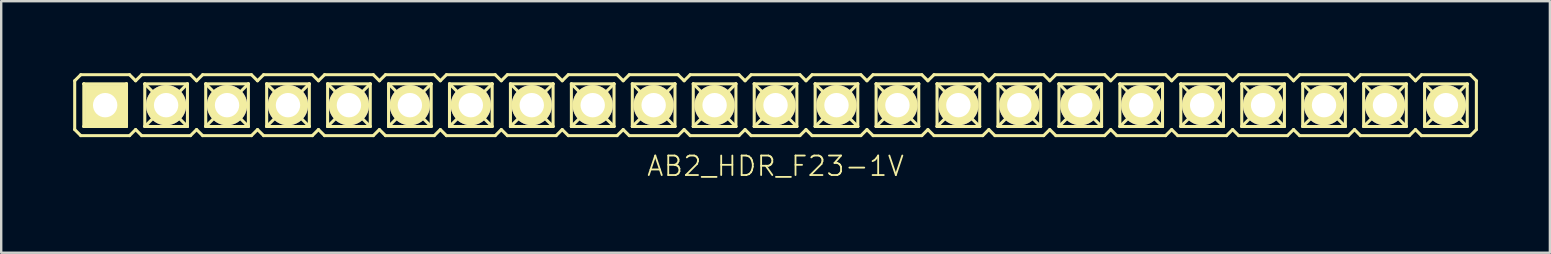
<source format=kicad_pcb>
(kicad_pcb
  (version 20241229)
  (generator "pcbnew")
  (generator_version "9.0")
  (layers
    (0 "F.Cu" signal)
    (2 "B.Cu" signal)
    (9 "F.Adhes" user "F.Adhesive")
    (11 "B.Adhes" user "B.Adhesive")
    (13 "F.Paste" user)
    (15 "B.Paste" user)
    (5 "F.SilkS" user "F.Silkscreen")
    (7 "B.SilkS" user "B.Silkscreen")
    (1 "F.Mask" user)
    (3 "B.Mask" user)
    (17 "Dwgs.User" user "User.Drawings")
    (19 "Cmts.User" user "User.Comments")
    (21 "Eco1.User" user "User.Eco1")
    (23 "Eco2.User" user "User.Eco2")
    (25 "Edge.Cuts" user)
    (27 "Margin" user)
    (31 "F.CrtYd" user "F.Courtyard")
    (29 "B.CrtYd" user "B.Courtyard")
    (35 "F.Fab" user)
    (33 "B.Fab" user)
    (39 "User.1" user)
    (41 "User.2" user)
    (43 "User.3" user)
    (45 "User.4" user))
  (footprint "AB2_HDR_F23-1V"
    (layer "F.Cu")
    (at 29.273 1.333)
    (property "Reference" "AB2_HDR_F23-1V" (at 0 2.54 0) (layer "F.SilkS") (effects (font (size 0.813 0.813) (thickness 0.076))))
    (attr through_hole)
    (fp_line (start -29.21 -1.016) (end -28.956 -1.27) (stroke (width 0.127) (type solid)) (layer "F.SilkS"))
    (fp_line (start -29.21 1.016) (end -29.21 -1.016) (stroke (width 0.127) (type solid)) (layer "F.SilkS"))
    (fp_line (start -28.956 -1.27) (end -26.924 -1.27) (stroke (width 0.127) (type solid)) (layer "F.SilkS"))
    (fp_line (start -28.956 1.27) (end -29.21 1.016) (stroke (width 0.127) (type solid)) (layer "F.SilkS"))
    (fp_line (start -28.829 -0.889) (end -27.051 -0.889) (stroke (width 0.127) (type solid)) (layer "F.SilkS"))
    (fp_line (start -28.829 0.889) (end -28.829 -0.889) (stroke (width 0.127) (type solid)) (layer "F.SilkS"))
    (fp_line (start -28.448 -0.508) (end -28.829 -0.889) (stroke (width 0.127) (type solid)) (layer "F.SilkS"))
    (fp_line (start -28.448 -0.508) (end -27.432 -0.508) (stroke (width 0.127) (type solid)) (layer "F.SilkS"))
    (fp_line (start -28.448 0.508) (end -28.829 0.889) (stroke (width 0.127) (type solid)) (layer "F.SilkS"))
    (fp_line (start -28.448 0.508) (end -28.448 -0.508) (stroke (width 0.127) (type solid)) (layer "F.SilkS"))
    (fp_line (start -27.432 -0.508) (end -27.432 0.508) (stroke (width 0.127) (type solid)) (layer "F.SilkS"))
    (fp_line (start -27.432 -0.508) (end -27.051 -0.889) (stroke (width 0.127) (type solid)) (layer "F.SilkS"))
    (fp_line (start -27.432 0.508) (end -28.448 0.508) (stroke (width 0.127) (type solid)) (layer "F.SilkS"))
    (fp_line (start -27.432 0.508) (end -27.051 0.889) (stroke (width 0.127) (type solid)) (layer "F.SilkS"))
    (fp_line (start -27.051 -0.889) (end -27.051 0.889) (stroke (width 0.127) (type solid)) (layer "F.SilkS"))
    (fp_line (start -27.051 0.889) (end -28.829 0.889) (stroke (width 0.127) (type solid)) (layer "F.SilkS"))
    (fp_line (start -26.924 -1.27) (end -26.67 -1.016) (stroke (width 0.127) (type solid)) (layer "F.SilkS"))
    (fp_line (start -26.924 1.27) (end -28.956 1.27) (stroke (width 0.127) (type solid)) (layer "F.SilkS"))
    (fp_line (start -26.67 -1.016) (end -26.416 -1.27) (stroke (width 0.127) (type solid)) (layer "F.SilkS"))
    (fp_line (start -26.67 1.016) (end -26.924 1.27) (stroke (width 0.127) (type solid)) (layer "F.SilkS"))
    (fp_line (start -26.416 -1.27) (end -24.384 -1.27) (stroke (width 0.127) (type solid)) (layer "F.SilkS"))
    (fp_line (start -26.416 1.27) (end -26.67 1.016) (stroke (width 0.127) (type solid)) (layer "F.SilkS"))
    (fp_line (start -26.289 -0.889) (end -24.511 -0.889) (stroke (width 0.127) (type solid)) (layer "F.SilkS"))
    (fp_line (start -26.289 0.889) (end -26.289 -0.889) (stroke (width 0.127) (type solid)) (layer "F.SilkS"))
    (fp_line (start -25.908 -0.508) (end -26.289 -0.889) (stroke (width 0.127) (type solid)) (layer "F.SilkS"))
    (fp_line (start -25.908 -0.508) (end -24.892 -0.508) (stroke (width 0.127) (type solid)) (layer "F.SilkS"))
    (fp_line (start -25.908 0.508) (end -26.289 0.889) (stroke (width 0.127) (type solid)) (layer "F.SilkS"))
    (fp_line (start -25.908 0.508) (end -25.908 -0.508) (stroke (width 0.127) (type solid)) (layer "F.SilkS"))
    (fp_line (start -24.892 -0.508) (end -24.892 0.508) (stroke (width 0.127) (type solid)) (layer "F.SilkS"))
    (fp_line (start -24.892 -0.508) (end -24.511 -0.889) (stroke (width 0.127) (type solid)) (layer "F.SilkS"))
    (fp_line (start -24.892 0.508) (end -25.908 0.508) (stroke (width 0.127) (type solid)) (layer "F.SilkS"))
    (fp_line (start -24.892 0.508) (end -24.511 0.889) (stroke (width 0.127) (type solid)) (layer "F.SilkS"))
    (fp_line (start -24.511 -0.889) (end -24.511 0.889) (stroke (width 0.127) (type solid)) (layer "F.SilkS"))
    (fp_line (start -24.511 0.889) (end -26.289 0.889) (stroke (width 0.127) (type solid)) (layer "F.SilkS"))
    (fp_line (start -24.384 -1.27) (end -24.13 -1.016) (stroke (width 0.127) (type solid)) (layer "F.SilkS"))
    (fp_line (start -24.384 1.27) (end -26.416 1.27) (stroke (width 0.127) (type solid)) (layer "F.SilkS"))
    (fp_line (start -24.13 -1.016) (end -23.876 -1.27) (stroke (width 0.127) (type solid)) (layer "F.SilkS"))
    (fp_line (start -24.13 1.016) (end -24.384 1.27) (stroke (width 0.127) (type solid)) (layer "F.SilkS"))
    (fp_line (start -23.876 -1.27) (end -21.844 -1.27) (stroke (width 0.127) (type solid)) (layer "F.SilkS"))
    (fp_line (start -23.876 1.27) (end -24.13 1.016) (stroke (width 0.127) (type solid)) (layer "F.SilkS"))
    (fp_line (start -23.749 -0.889) (end -21.971 -0.889) (stroke (width 0.127) (type solid)) (layer "F.SilkS"))
    (fp_line (start -23.749 0.889) (end -23.749 -0.889) (stroke (width 0.127) (type solid)) (layer "F.SilkS"))
    (fp_line (start -23.368 -0.508) (end -23.749 -0.889) (stroke (width 0.127) (type solid)) (layer "F.SilkS"))
    (fp_line (start -23.368 -0.508) (end -22.352 -0.508) (stroke (width 0.127) (type solid)) (layer "F.SilkS"))
    (fp_line (start -23.368 0.508) (end -23.749 0.889) (stroke (width 0.127) (type solid)) (layer "F.SilkS"))
    (fp_line (start -23.368 0.508) (end -23.368 -0.508) (stroke (width 0.127) (type solid)) (layer "F.SilkS"))
    (fp_line (start -22.352 -0.508) (end -22.352 0.508) (stroke (width 0.127) (type solid)) (layer "F.SilkS"))
    (fp_line (start -22.352 -0.508) (end -21.971 -0.889) (stroke (width 0.127) (type solid)) (layer "F.SilkS"))
    (fp_line (start -22.352 0.508) (end -23.368 0.508) (stroke (width 0.127) (type solid)) (layer "F.SilkS"))
    (fp_line (start -22.352 0.508) (end -21.971 0.889) (stroke (width 0.127) (type solid)) (layer "F.SilkS"))
    (fp_line (start -21.971 -0.889) (end -21.971 0.889) (stroke (width 0.127) (type solid)) (layer "F.SilkS"))
    (fp_line (start -21.971 0.889) (end -23.749 0.889) (stroke (width 0.127) (type solid)) (layer "F.SilkS"))
    (fp_line (start -21.844 -1.27) (end -21.59 -1.016) (stroke (width 0.127) (type solid)) (layer "F.SilkS"))
    (fp_line (start -21.844 1.27) (end -23.876 1.27) (stroke (width 0.127) (type solid)) (layer "F.SilkS"))
    (fp_line (start -21.59 -1.016) (end -21.336 -1.27) (stroke (width 0.127) (type solid)) (layer "F.SilkS"))
    (fp_line (start -21.59 1.016) (end -21.844 1.27) (stroke (width 0.127) (type solid)) (layer "F.SilkS"))
    (fp_line (start -21.336 -1.27) (end -19.304 -1.27) (stroke (width 0.127) (type solid)) (layer "F.SilkS"))
    (fp_line (start -21.336 1.27) (end -21.59 1.016) (stroke (width 0.127) (type solid)) (layer "F.SilkS"))
    (fp_line (start -21.209 -0.889) (end -19.431 -0.889) (stroke (width 0.127) (type solid)) (layer "F.SilkS"))
    (fp_line (start -21.209 0.889) (end -21.209 -0.889) (stroke (width 0.127) (type solid)) (layer "F.SilkS"))
    (fp_line (start -20.828 -0.508) (end -21.209 -0.889) (stroke (width 0.127) (type solid)) (layer "F.SilkS"))
    (fp_line (start -20.828 -0.508) (end -19.812 -0.508) (stroke (width 0.127) (type solid)) (layer "F.SilkS"))
    (fp_line (start -20.828 0.508) (end -21.209 0.889) (stroke (width 0.127) (type solid)) (layer "F.SilkS"))
    (fp_line (start -20.828 0.508) (end -20.828 -0.508) (stroke (width 0.127) (type solid)) (layer "F.SilkS"))
    (fp_line (start -19.812 -0.508) (end -19.812 0.508) (stroke (width 0.127) (type solid)) (layer "F.SilkS"))
    (fp_line (start -19.812 -0.508) (end -19.431 -0.889) (stroke (width 0.127) (type solid)) (layer "F.SilkS"))
    (fp_line (start -19.812 0.508) (end -20.828 0.508) (stroke (width 0.127) (type solid)) (layer "F.SilkS"))
    (fp_line (start -19.812 0.508) (end -19.431 0.889) (stroke (width 0.127) (type solid)) (layer "F.SilkS"))
    (fp_line (start -19.431 -0.889) (end -19.431 0.889) (stroke (width 0.127) (type solid)) (layer "F.SilkS"))
    (fp_line (start -19.431 0.889) (end -21.209 0.889) (stroke (width 0.127) (type solid)) (layer "F.SilkS"))
    (fp_line (start -19.304 -1.27) (end -19.05 -1.016) (stroke (width 0.127) (type solid)) (layer "F.SilkS"))
    (fp_line (start -19.304 1.27) (end -21.336 1.27) (stroke (width 0.127) (type solid)) (layer "F.SilkS"))
    (fp_line (start -19.05 -1.016) (end -18.796 -1.27) (stroke (width 0.127) (type solid)) (layer "F.SilkS"))
    (fp_line (start -19.05 1.016) (end -19.304 1.27) (stroke (width 0.127) (type solid)) (layer "F.SilkS"))
    (fp_line (start -18.796 -1.27) (end -16.764 -1.27) (stroke (width 0.127) (type solid)) (layer "F.SilkS"))
    (fp_line (start -18.796 1.27) (end -19.05 1.016) (stroke (width 0.127) (type solid)) (layer "F.SilkS"))
    (fp_line (start -18.669 -0.889) (end -16.891 -0.889) (stroke (width 0.127) (type solid)) (layer "F.SilkS"))
    (fp_line (start -18.669 0.889) (end -18.669 -0.889) (stroke (width 0.127) (type solid)) (layer "F.SilkS"))
    (fp_line (start -18.288 -0.508) (end -18.669 -0.889) (stroke (width 0.127) (type solid)) (layer "F.SilkS"))
    (fp_line (start -18.288 -0.508) (end -17.272 -0.508) (stroke (width 0.127) (type solid)) (layer "F.SilkS"))
    (fp_line (start -18.288 0.508) (end -18.669 0.889) (stroke (width 0.127) (type solid)) (layer "F.SilkS"))
    (fp_line (start -18.288 0.508) (end -18.288 -0.508) (stroke (width 0.127) (type solid)) (layer "F.SilkS"))
    (fp_line (start -17.272 -0.508) (end -17.272 0.508) (stroke (width 0.127) (type solid)) (layer "F.SilkS"))
    (fp_line (start -17.272 -0.508) (end -16.891 -0.889) (stroke (width 0.127) (type solid)) (layer "F.SilkS"))
    (fp_line (start -17.272 0.508) (end -18.288 0.508) (stroke (width 0.127) (type solid)) (layer "F.SilkS"))
    (fp_line (start -17.272 0.508) (end -16.891 0.889) (stroke (width 0.127) (type solid)) (layer "F.SilkS"))
    (fp_line (start -16.891 -0.889) (end -16.891 0.889) (stroke (width 0.127) (type solid)) (layer "F.SilkS"))
    (fp_line (start -16.891 0.889) (end -18.669 0.889) (stroke (width 0.127) (type solid)) (layer "F.SilkS"))
    (fp_line (start -16.764 -1.27) (end -16.51 -1.016) (stroke (width 0.127) (type solid)) (layer "F.SilkS"))
    (fp_line (start -16.764 1.27) (end -18.796 1.27) (stroke (width 0.127) (type solid)) (layer "F.SilkS"))
    (fp_line (start -16.51 -1.016) (end -16.256 -1.27) (stroke (width 0.127) (type solid)) (layer "F.SilkS"))
    (fp_line (start -16.51 1.016) (end -16.764 1.27) (stroke (width 0.127) (type solid)) (layer "F.SilkS"))
    (fp_line (start -16.256 -1.27) (end -14.224 -1.27) (stroke (width 0.127) (type solid)) (layer "F.SilkS"))
    (fp_line (start -16.256 1.27) (end -16.51 1.016) (stroke (width 0.127) (type solid)) (layer "F.SilkS"))
    (fp_line (start -16.129 -0.889) (end -14.351 -0.889) (stroke (width 0.127) (type solid)) (layer "F.SilkS"))
    (fp_line (start -16.129 0.889) (end -16.129 -0.889) (stroke (width 0.127) (type solid)) (layer "F.SilkS"))
    (fp_line (start -15.748 -0.508) (end -16.129 -0.889) (stroke (width 0.127) (type solid)) (layer "F.SilkS"))
    (fp_line (start -15.748 -0.508) (end -14.732 -0.508) (stroke (width 0.127) (type solid)) (layer "F.SilkS"))
    (fp_line (start -15.748 0.508) (end -16.129 0.889) (stroke (width 0.127) (type solid)) (layer "F.SilkS"))
    (fp_line (start -15.748 0.508) (end -15.748 -0.508) (stroke (width 0.127) (type solid)) (layer "F.SilkS"))
    (fp_line (start -14.732 -0.508) (end -14.732 0.508) (stroke (width 0.127) (type solid)) (layer "F.SilkS"))
    (fp_line (start -14.732 -0.508) (end -14.351 -0.889) (stroke (width 0.127) (type solid)) (layer "F.SilkS"))
    (fp_line (start -14.732 0.508) (end -15.748 0.508) (stroke (width 0.127) (type solid)) (layer "F.SilkS"))
    (fp_line (start -14.732 0.508) (end -14.351 0.889) (stroke (width 0.127) (type solid)) (layer "F.SilkS"))
    (fp_line (start -14.351 -0.889) (end -14.351 0.889) (stroke (width 0.127) (type solid)) (layer "F.SilkS"))
    (fp_line (start -14.351 0.889) (end -16.129 0.889) (stroke (width 0.127) (type solid)) (layer "F.SilkS"))
    (fp_line (start -14.224 -1.27) (end -13.97 -1.016) (stroke (width 0.127) (type solid)) (layer "F.SilkS"))
    (fp_line (start -14.224 1.27) (end -16.256 1.27) (stroke (width 0.127) (type solid)) (layer "F.SilkS"))
    (fp_line (start -13.97 -1.016) (end -13.716 -1.27) (stroke (width 0.127) (type solid)) (layer "F.SilkS"))
    (fp_line (start -13.97 1.016) (end -14.224 1.27) (stroke (width 0.127) (type solid)) (layer "F.SilkS"))
    (fp_line (start -13.716 -1.27) (end -11.684 -1.27) (stroke (width 0.127) (type solid)) (layer "F.SilkS"))
    (fp_line (start -13.716 1.27) (end -13.97 1.016) (stroke (width 0.127) (type solid)) (layer "F.SilkS"))
    (fp_line (start -13.589 -0.889) (end -11.811 -0.889) (stroke (width 0.127) (type solid)) (layer "F.SilkS"))
    (fp_line (start -13.589 0.889) (end -13.589 -0.889) (stroke (width 0.127) (type solid)) (layer "F.SilkS"))
    (fp_line (start -13.208 -0.508) (end -13.589 -0.889) (stroke (width 0.127) (type solid)) (layer "F.SilkS"))
    (fp_line (start -13.208 -0.508) (end -12.192 -0.508) (stroke (width 0.127) (type solid)) (layer "F.SilkS"))
    (fp_line (start -13.208 0.508) (end -13.589 0.889) (stroke (width 0.127) (type solid)) (layer "F.SilkS"))
    (fp_line (start -13.208 0.508) (end -13.208 -0.508) (stroke (width 0.127) (type solid)) (layer "F.SilkS"))
    (fp_line (start -12.192 -0.508) (end -12.192 0.508) (stroke (width 0.127) (type solid)) (layer "F.SilkS"))
    (fp_line (start -12.192 -0.508) (end -11.811 -0.889) (stroke (width 0.127) (type solid)) (layer "F.SilkS"))
    (fp_line (start -12.192 0.508) (end -13.208 0.508) (stroke (width 0.127) (type solid)) (layer "F.SilkS"))
    (fp_line (start -12.192 0.508) (end -11.811 0.889) (stroke (width 0.127) (type solid)) (layer "F.SilkS"))
    (fp_line (start -11.811 -0.889) (end -11.811 0.889) (stroke (width 0.127) (type solid)) (layer "F.SilkS"))
    (fp_line (start -11.811 0.889) (end -13.589 0.889) (stroke (width 0.127) (type solid)) (layer "F.SilkS"))
    (fp_line (start -11.684 -1.27) (end -11.43 -1.016) (stroke (width 0.127) (type solid)) (layer "F.SilkS"))
    (fp_line (start -11.684 1.27) (end -13.716 1.27) (stroke (width 0.127) (type solid)) (layer "F.SilkS"))
    (fp_line (start -11.43 -1.016) (end -11.176 -1.27) (stroke (width 0.127) (type solid)) (layer "F.SilkS"))
    (fp_line (start -11.43 1.016) (end -11.684 1.27) (stroke (width 0.127) (type solid)) (layer "F.SilkS"))
    (fp_line (start -11.176 -1.27) (end -9.144 -1.27) (stroke (width 0.127) (type solid)) (layer "F.SilkS"))
    (fp_line (start -11.176 1.27) (end -11.43 1.016) (stroke (width 0.127) (type solid)) (layer "F.SilkS"))
    (fp_line (start -11.049 -0.889) (end -9.271 -0.889) (stroke (width 0.127) (type solid)) (layer "F.SilkS"))
    (fp_line (start -11.049 0.889) (end -11.049 -0.889) (stroke (width 0.127) (type solid)) (layer "F.SilkS"))
    (fp_line (start -10.668 -0.508) (end -11.049 -0.889) (stroke (width 0.127) (type solid)) (layer "F.SilkS"))
    (fp_line (start -10.668 -0.508) (end -9.652 -0.508) (stroke (width 0.127) (type solid)) (layer "F.SilkS"))
    (fp_line (start -10.668 0.508) (end -11.049 0.889) (stroke (width 0.127) (type solid)) (layer "F.SilkS"))
    (fp_line (start -10.668 0.508) (end -10.668 -0.508) (stroke (width 0.127) (type solid)) (layer "F.SilkS"))
    (fp_line (start -9.652 -0.508) (end -9.652 0.508) (stroke (width 0.127) (type solid)) (layer "F.SilkS"))
    (fp_line (start -9.652 -0.508) (end -9.271 -0.889) (stroke (width 0.127) (type solid)) (layer "F.SilkS"))
    (fp_line (start -9.652 0.508) (end -10.668 0.508) (stroke (width 0.127) (type solid)) (layer "F.SilkS"))
    (fp_line (start -9.652 0.508) (end -9.271 0.889) (stroke (width 0.127) (type solid)) (layer "F.SilkS"))
    (fp_line (start -9.271 -0.889) (end -9.271 0.889) (stroke (width 0.127) (type solid)) (layer "F.SilkS"))
    (fp_line (start -9.271 0.889) (end -11.049 0.889) (stroke (width 0.127) (type solid)) (layer "F.SilkS"))
    (fp_line (start -9.144 -1.27) (end -8.89 -1.016) (stroke (width 0.127) (type solid)) (layer "F.SilkS"))
    (fp_line (start -9.144 1.27) (end -11.176 1.27) (stroke (width 0.127) (type solid)) (layer "F.SilkS"))
    (fp_line (start -8.89 -1.016) (end -8.636 -1.27) (stroke (width 0.127) (type solid)) (layer "F.SilkS"))
    (fp_line (start -8.89 1.016) (end -9.144 1.27) (stroke (width 0.127) (type solid)) (layer "F.SilkS"))
    (fp_line (start -8.636 -1.27) (end -6.604 -1.27) (stroke (width 0.127) (type solid)) (layer "F.SilkS"))
    (fp_line (start -8.636 1.27) (end -8.89 1.016) (stroke (width 0.127) (type solid)) (layer "F.SilkS"))
    (fp_line (start -8.509 -0.889) (end -6.731 -0.889) (stroke (width 0.127) (type solid)) (layer "F.SilkS"))
    (fp_line (start -8.509 0.889) (end -8.509 -0.889) (stroke (width 0.127) (type solid)) (layer "F.SilkS"))
    (fp_line (start -8.128 -0.508) (end -8.509 -0.889) (stroke (width 0.127) (type solid)) (layer "F.SilkS"))
    (fp_line (start -8.128 -0.508) (end -7.112 -0.508) (stroke (width 0.127) (type solid)) (layer "F.SilkS"))
    (fp_line (start -8.128 0.508) (end -8.509 0.889) (stroke (width 0.127) (type solid)) (layer "F.SilkS"))
    (fp_line (start -8.128 0.508) (end -8.128 -0.508) (stroke (width 0.127) (type solid)) (layer "F.SilkS"))
    (fp_line (start -7.112 -0.508) (end -7.112 0.508) (stroke (width 0.127) (type solid)) (layer "F.SilkS"))
    (fp_line (start -7.112 -0.508) (end -6.731 -0.889) (stroke (width 0.127) (type solid)) (layer "F.SilkS"))
    (fp_line (start -7.112 0.508) (end -8.128 0.508) (stroke (width 0.127) (type solid)) (layer "F.SilkS"))
    (fp_line (start -7.112 0.508) (end -6.731 0.889) (stroke (width 0.127) (type solid)) (layer "F.SilkS"))
    (fp_line (start -6.731 -0.889) (end -6.731 0.889) (stroke (width 0.127) (type solid)) (layer "F.SilkS"))
    (fp_line (start -6.731 0.889) (end -8.509 0.889) (stroke (width 0.127) (type solid)) (layer "F.SilkS"))
    (fp_line (start -6.604 -1.27) (end -6.35 -1.016) (stroke (width 0.127) (type solid)) (layer "F.SilkS"))
    (fp_line (start -6.604 1.27) (end -8.636 1.27) (stroke (width 0.127) (type solid)) (layer "F.SilkS"))
    (fp_line (start -6.35 -1.016) (end -6.096 -1.27) (stroke (width 0.127) (type solid)) (layer "F.SilkS"))
    (fp_line (start -6.35 1.016) (end -6.604 1.27) (stroke (width 0.127) (type solid)) (layer "F.SilkS"))
    (fp_line (start -6.096 -1.27) (end -4.064 -1.27) (stroke (width 0.127) (type solid)) (layer "F.SilkS"))
    (fp_line (start -6.096 1.27) (end -6.35 1.016) (stroke (width 0.127) (type solid)) (layer "F.SilkS"))
    (fp_line (start -5.969 -0.889) (end -4.191 -0.889) (stroke (width 0.127) (type solid)) (layer "F.SilkS"))
    (fp_line (start -5.969 0.889) (end -5.969 -0.889) (stroke (width 0.127) (type solid)) (layer "F.SilkS"))
    (fp_line (start -5.588 -0.508) (end -5.969 -0.889) (stroke (width 0.127) (type solid)) (layer "F.SilkS"))
    (fp_line (start -5.588 -0.508) (end -4.572 -0.508) (stroke (width 0.127) (type solid)) (layer "F.SilkS"))
    (fp_line (start -5.588 0.508) (end -5.969 0.889) (stroke (width 0.127) (type solid)) (layer "F.SilkS"))
    (fp_line (start -5.588 0.508) (end -5.588 -0.508) (stroke (width 0.127) (type solid)) (layer "F.SilkS"))
    (fp_line (start -4.572 -0.508) (end -4.572 0.508) (stroke (width 0.127) (type solid)) (layer "F.SilkS"))
    (fp_line (start -4.572 -0.508) (end -4.191 -0.889) (stroke (width 0.127) (type solid)) (layer "F.SilkS"))
    (fp_line (start -4.572 0.508) (end -5.588 0.508) (stroke (width 0.127) (type solid)) (layer "F.SilkS"))
    (fp_line (start -4.572 0.508) (end -4.191 0.889) (stroke (width 0.127) (type solid)) (layer "F.SilkS"))
    (fp_line (start -4.191 -0.889) (end -4.191 0.889) (stroke (width 0.127) (type solid)) (layer "F.SilkS"))
    (fp_line (start -4.191 0.889) (end -5.969 0.889) (stroke (width 0.127) (type solid)) (layer "F.SilkS"))
    (fp_line (start -4.064 -1.27) (end -3.81 -1.016) (stroke (width 0.127) (type solid)) (layer "F.SilkS"))
    (fp_line (start -4.064 1.27) (end -6.096 1.27) (stroke (width 0.127) (type solid)) (layer "F.SilkS"))
    (fp_line (start -3.81 -1.016) (end -3.556 -1.27) (stroke (width 0.127) (type solid)) (layer "F.SilkS"))
    (fp_line (start -3.81 1.016) (end -4.064 1.27) (stroke (width 0.127) (type solid)) (layer "F.SilkS"))
    (fp_line (start -3.556 -1.27) (end -1.524 -1.27) (stroke (width 0.127) (type solid)) (layer "F.SilkS"))
    (fp_line (start -3.556 1.27) (end -3.81 1.016) (stroke (width 0.127) (type solid)) (layer "F.SilkS"))
    (fp_line (start -3.429 -0.889) (end -1.651 -0.889) (stroke (width 0.127) (type solid)) (layer "F.SilkS"))
    (fp_line (start -3.429 0.889) (end -3.429 -0.889) (stroke (width 0.127) (type solid)) (layer "F.SilkS"))
    (fp_line (start -3.048 -0.508) (end -3.429 -0.889) (stroke (width 0.127) (type solid)) (layer "F.SilkS"))
    (fp_line (start -3.048 -0.508) (end -2.032 -0.508) (stroke (width 0.127) (type solid)) (layer "F.SilkS"))
    (fp_line (start -3.048 0.508) (end -3.429 0.889) (stroke (width 0.127) (type solid)) (layer "F.SilkS"))
    (fp_line (start -3.048 0.508) (end -3.048 -0.508) (stroke (width 0.127) (type solid)) (layer "F.SilkS"))
    (fp_line (start -2.032 -0.508) (end -2.032 0.508) (stroke (width 0.127) (type solid)) (layer "F.SilkS"))
    (fp_line (start -2.032 -0.508) (end -1.651 -0.889) (stroke (width 0.127) (type solid)) (layer "F.SilkS"))
    (fp_line (start -2.032 0.508) (end -3.048 0.508) (stroke (width 0.127) (type solid)) (layer "F.SilkS"))
    (fp_line (start -2.032 0.508) (end -1.651 0.889) (stroke (width 0.127) (type solid)) (layer "F.SilkS"))
    (fp_line (start -1.651 -0.889) (end -1.651 0.889) (stroke (width 0.127) (type solid)) (layer "F.SilkS"))
    (fp_line (start -1.651 0.889) (end -3.429 0.889) (stroke (width 0.127) (type solid)) (layer "F.SilkS"))
    (fp_line (start -1.524 -1.27) (end -1.27 -1.016) (stroke (width 0.127) (type solid)) (layer "F.SilkS"))
    (fp_line (start -1.524 1.27) (end -3.556 1.27) (stroke (width 0.127) (type solid)) (layer "F.SilkS"))
    (fp_line (start -1.27 -1.016) (end -1.016 -1.27) (stroke (width 0.127) (type solid)) (layer "F.SilkS"))
    (fp_line (start -1.27 1.016) (end -1.524 1.27) (stroke (width 0.127) (type solid)) (layer "F.SilkS"))
    (fp_line (start -1.016 -1.27) (end 1.016 -1.27) (stroke (width 0.127) (type solid)) (layer "F.SilkS"))
    (fp_line (start -1.016 1.27) (end -1.27 1.016) (stroke (width 0.127) (type solid)) (layer "F.SilkS"))
    (fp_line (start -0.889 -0.889) (end 0.889 -0.889) (stroke (width 0.127) (type solid)) (layer "F.SilkS"))
    (fp_line (start -0.889 0.889) (end -0.889 -0.889) (stroke (width 0.127) (type solid)) (layer "F.SilkS"))
    (fp_line (start -0.508 -0.508) (end -0.889 -0.889) (stroke (width 0.127) (type solid)) (layer "F.SilkS"))
    (fp_line (start -0.508 -0.508) (end 0.508 -0.508) (stroke (width 0.127) (type solid)) (layer "F.SilkS"))
    (fp_line (start -0.508 0.508) (end -0.889 0.889) (stroke (width 0.127) (type solid)) (layer "F.SilkS"))
    (fp_line (start -0.508 0.508) (end -0.508 -0.508) (stroke (width 0.127) (type solid)) (layer "F.SilkS"))
    (fp_line (start 0.508 -0.508) (end 0.508 0.508) (stroke (width 0.127) (type solid)) (layer "F.SilkS"))
    (fp_line (start 0.508 -0.508) (end 0.889 -0.889) (stroke (width 0.127) (type solid)) (layer "F.SilkS"))
    (fp_line (start 0.508 0.508) (end -0.508 0.508) (stroke (width 0.127) (type solid)) (layer "F.SilkS"))
    (fp_line (start 0.508 0.508) (end 0.889 0.889) (stroke (width 0.127) (type solid)) (layer "F.SilkS"))
    (fp_line (start 0.889 -0.889) (end 0.889 0.889) (stroke (width 0.127) (type solid)) (layer "F.SilkS"))
    (fp_line (start 0.889 0.889) (end -0.889 0.889) (stroke (width 0.127) (type solid)) (layer "F.SilkS"))
    (fp_line (start 1.016 -1.27) (end 1.27 -1.016) (stroke (width 0.127) (type solid)) (layer "F.SilkS"))
    (fp_line (start 1.016 1.27) (end -1.016 1.27) (stroke (width 0.127) (type solid)) (layer "F.SilkS"))
    (fp_line (start 1.27 -1.016) (end 1.524 -1.27) (stroke (width 0.127) (type solid)) (layer "F.SilkS"))
    (fp_line (start 1.27 1.016) (end 1.016 1.27) (stroke (width 0.127) (type solid)) (layer "F.SilkS"))
    (fp_line (start 1.524 -1.27) (end 3.556 -1.27) (stroke (width 0.127) (type solid)) (layer "F.SilkS"))
    (fp_line (start 1.524 1.27) (end 1.27 1.016) (stroke (width 0.127) (type solid)) (layer "F.SilkS"))
    (fp_line (start 1.651 -0.889) (end 3.429 -0.889) (stroke (width 0.127) (type solid)) (layer "F.SilkS"))
    (fp_line (start 1.651 0.889) (end 1.651 -0.889) (stroke (width 0.127) (type solid)) (layer "F.SilkS"))
    (fp_line (start 2.032 -0.508) (end 1.651 -0.889) (stroke (width 0.127) (type solid)) (layer "F.SilkS"))
    (fp_line (start 2.032 -0.508) (end 3.048 -0.508) (stroke (width 0.127) (type solid)) (layer "F.SilkS"))
    (fp_line (start 2.032 0.508) (end 1.651 0.889) (stroke (width 0.127) (type solid)) (layer "F.SilkS"))
    (fp_line (start 2.032 0.508) (end 2.032 -0.508) (stroke (width 0.127) (type solid)) (layer "F.SilkS"))
    (fp_line (start 3.048 -0.508) (end 3.048 0.508) (stroke (width 0.127) (type solid)) (layer "F.SilkS"))
    (fp_line (start 3.048 -0.508) (end 3.429 -0.889) (stroke (width 0.127) (type solid)) (layer "F.SilkS"))
    (fp_line (start 3.048 0.508) (end 2.032 0.508) (stroke (width 0.127) (type solid)) (layer "F.SilkS"))
    (fp_line (start 3.048 0.508) (end 3.429 0.889) (stroke (width 0.127) (type solid)) (layer "F.SilkS"))
    (fp_line (start 3.429 -0.889) (end 3.429 0.889) (stroke (width 0.127) (type solid)) (layer "F.SilkS"))
    (fp_line (start 3.429 0.889) (end 1.651 0.889) (stroke (width 0.127) (type solid)) (layer "F.SilkS"))
    (fp_line (start 3.556 -1.27) (end 3.81 -1.016) (stroke (width 0.127) (type solid)) (layer "F.SilkS"))
    (fp_line (start 3.556 1.27) (end 1.524 1.27) (stroke (width 0.127) (type solid)) (layer "F.SilkS"))
    (fp_line (start 3.81 -1.016) (end 4.064 -1.27) (stroke (width 0.127) (type solid)) (layer "F.SilkS"))
    (fp_line (start 3.81 1.016) (end 3.556 1.27) (stroke (width 0.127) (type solid)) (layer "F.SilkS"))
    (fp_line (start 4.064 -1.27) (end 6.096 -1.27) (stroke (width 0.127) (type solid)) (layer "F.SilkS"))
    (fp_line (start 4.064 1.27) (end 3.81 1.016) (stroke (width 0.127) (type solid)) (layer "F.SilkS"))
    (fp_line (start 4.191 -0.889) (end 5.969 -0.889) (stroke (width 0.127) (type solid)) (layer "F.SilkS"))
    (fp_line (start 4.191 0.889) (end 4.191 -0.889) (stroke (width 0.127) (type solid)) (layer "F.SilkS"))
    (fp_line (start 4.572 -0.508) (end 4.191 -0.889) (stroke (width 0.127) (type solid)) (layer "F.SilkS"))
    (fp_line (start 4.572 -0.508) (end 5.588 -0.508) (stroke (width 0.127) (type solid)) (layer "F.SilkS"))
    (fp_line (start 4.572 0.508) (end 4.191 0.889) (stroke (width 0.127) (type solid)) (layer "F.SilkS"))
    (fp_line (start 4.572 0.508) (end 4.572 -0.508) (stroke (width 0.127) (type solid)) (layer "F.SilkS"))
    (fp_line (start 5.588 -0.508) (end 5.588 0.508) (stroke (width 0.127) (type solid)) (layer "F.SilkS"))
    (fp_line (start 5.588 -0.508) (end 5.969 -0.889) (stroke (width 0.127) (type solid)) (layer "F.SilkS"))
    (fp_line (start 5.588 0.508) (end 4.572 0.508) (stroke (width 0.127) (type solid)) (layer "F.SilkS"))
    (fp_line (start 5.588 0.508) (end 5.969 0.889) (stroke (width 0.127) (type solid)) (layer "F.SilkS"))
    (fp_line (start 5.969 -0.889) (end 5.969 0.889) (stroke (width 0.127) (type solid)) (layer "F.SilkS"))
    (fp_line (start 5.969 0.889) (end 4.191 0.889) (stroke (width 0.127) (type solid)) (layer "F.SilkS"))
    (fp_line (start 6.096 -1.27) (end 6.35 -1.016) (stroke (width 0.127) (type solid)) (layer "F.SilkS"))
    (fp_line (start 6.096 1.27) (end 4.064 1.27) (stroke (width 0.127) (type solid)) (layer "F.SilkS"))
    (fp_line (start 6.35 -1.016) (end 6.604 -1.27) (stroke (width 0.127) (type solid)) (layer "F.SilkS"))
    (fp_line (start 6.35 1.016) (end 6.096 1.27) (stroke (width 0.127) (type solid)) (layer "F.SilkS"))
    (fp_line (start 6.604 -1.27) (end 8.636 -1.27) (stroke (width 0.127) (type solid)) (layer "F.SilkS"))
    (fp_line (start 6.604 1.27) (end 6.35 1.016) (stroke (width 0.127) (type solid)) (layer "F.SilkS"))
    (fp_line (start 6.731 -0.889) (end 8.509 -0.889) (stroke (width 0.127) (type solid)) (layer "F.SilkS"))
    (fp_line (start 6.731 0.889) (end 6.731 -0.889) (stroke (width 0.127) (type solid)) (layer "F.SilkS"))
    (fp_line (start 7.112 -0.508) (end 6.731 -0.889) (stroke (width 0.127) (type solid)) (layer "F.SilkS"))
    (fp_line (start 7.112 -0.508) (end 8.128 -0.508) (stroke (width 0.127) (type solid)) (layer "F.SilkS"))
    (fp_line (start 7.112 0.508) (end 6.731 0.889) (stroke (width 0.127) (type solid)) (layer "F.SilkS"))
    (fp_line (start 7.112 0.508) (end 7.112 -0.508) (stroke (width 0.127) (type solid)) (layer "F.SilkS"))
    (fp_line (start 8.128 -0.508) (end 8.128 0.508) (stroke (width 0.127) (type solid)) (layer "F.SilkS"))
    (fp_line (start 8.128 -0.508) (end 8.509 -0.889) (stroke (width 0.127) (type solid)) (layer "F.SilkS"))
    (fp_line (start 8.128 0.508) (end 7.112 0.508) (stroke (width 0.127) (type solid)) (layer "F.SilkS"))
    (fp_line (start 8.128 0.508) (end 8.509 0.889) (stroke (width 0.127) (type solid)) (layer "F.SilkS"))
    (fp_line (start 8.509 -0.889) (end 8.509 0.889) (stroke (width 0.127) (type solid)) (layer "F.SilkS"))
    (fp_line (start 8.509 0.889) (end 6.731 0.889) (stroke (width 0.127) (type solid)) (layer "F.SilkS"))
    (fp_line (start 8.636 -1.27) (end 8.89 -1.016) (stroke (width 0.127) (type solid)) (layer "F.SilkS"))
    (fp_line (start 8.636 1.27) (end 6.604 1.27) (stroke (width 0.127) (type solid)) (layer "F.SilkS"))
    (fp_line (start 8.89 -1.016) (end 9.144 -1.27) (stroke (width 0.127) (type solid)) (layer "F.SilkS"))
    (fp_line (start 8.89 1.016) (end 8.636 1.27) (stroke (width 0.127) (type solid)) (layer "F.SilkS"))
    (fp_line (start 9.144 -1.27) (end 11.176 -1.27) (stroke (width 0.127) (type solid)) (layer "F.SilkS"))
    (fp_line (start 9.144 1.27) (end 8.89 1.016) (stroke (width 0.127) (type solid)) (layer "F.SilkS"))
    (fp_line (start 9.271 -0.889) (end 11.049 -0.889) (stroke (width 0.127) (type solid)) (layer "F.SilkS"))
    (fp_line (start 9.271 0.889) (end 9.271 -0.889) (stroke (width 0.127) (type solid)) (layer "F.SilkS"))
    (fp_line (start 9.652 -0.508) (end 9.271 -0.889) (stroke (width 0.127) (type solid)) (layer "F.SilkS"))
    (fp_line (start 9.652 -0.508) (end 10.668 -0.508) (stroke (width 0.127) (type solid)) (layer "F.SilkS"))
    (fp_line (start 9.652 0.508) (end 9.271 0.889) (stroke (width 0.127) (type solid)) (layer "F.SilkS"))
    (fp_line (start 9.652 0.508) (end 9.652 -0.508) (stroke (width 0.127) (type solid)) (layer "F.SilkS"))
    (fp_line (start 10.668 -0.508) (end 10.668 0.508) (stroke (width 0.127) (type solid)) (layer "F.SilkS"))
    (fp_line (start 10.668 -0.508) (end 11.049 -0.889) (stroke (width 0.127) (type solid)) (layer "F.SilkS"))
    (fp_line (start 10.668 0.508) (end 9.652 0.508) (stroke (width 0.127) (type solid)) (layer "F.SilkS"))
    (fp_line (start 10.668 0.508) (end 11.049 0.889) (stroke (width 0.127) (type solid)) (layer "F.SilkS"))
    (fp_line (start 11.049 -0.889) (end 11.049 0.889) (stroke (width 0.127) (type solid)) (layer "F.SilkS"))
    (fp_line (start 11.049 0.889) (end 9.271 0.889) (stroke (width 0.127) (type solid)) (layer "F.SilkS"))
    (fp_line (start 11.176 -1.27) (end 11.43 -1.016) (stroke (width 0.127) (type solid)) (layer "F.SilkS"))
    (fp_line (start 11.176 1.27) (end 9.144 1.27) (stroke (width 0.127) (type solid)) (layer "F.SilkS"))
    (fp_line (start 11.43 -1.016) (end 11.684 -1.27) (stroke (width 0.127) (type solid)) (layer "F.SilkS"))
    (fp_line (start 11.43 1.016) (end 11.176 1.27) (stroke (width 0.127) (type solid)) (layer "F.SilkS"))
    (fp_line (start 11.684 -1.27) (end 13.716 -1.27) (stroke (width 0.127) (type solid)) (layer "F.SilkS"))
    (fp_line (start 11.684 1.27) (end 11.43 1.016) (stroke (width 0.127) (type solid)) (layer "F.SilkS"))
    (fp_line (start 11.811 -0.889) (end 13.589 -0.889) (stroke (width 0.127) (type solid)) (layer "F.SilkS"))
    (fp_line (start 11.811 0.889) (end 11.811 -0.889) (stroke (width 0.127) (type solid)) (layer "F.SilkS"))
    (fp_line (start 12.192 -0.508) (end 11.811 -0.889) (stroke (width 0.127) (type solid)) (layer "F.SilkS"))
    (fp_line (start 12.192 -0.508) (end 13.208 -0.508) (stroke (width 0.127) (type solid)) (layer "F.SilkS"))
    (fp_line (start 12.192 0.508) (end 11.811 0.889) (stroke (width 0.127) (type solid)) (layer "F.SilkS"))
    (fp_line (start 12.192 0.508) (end 12.192 -0.508) (stroke (width 0.127) (type solid)) (layer "F.SilkS"))
    (fp_line (start 13.208 -0.508) (end 13.208 0.508) (stroke (width 0.127) (type solid)) (layer "F.SilkS"))
    (fp_line (start 13.208 -0.508) (end 13.589 -0.889) (stroke (width 0.127) (type solid)) (layer "F.SilkS"))
    (fp_line (start 13.208 0.508) (end 12.192 0.508) (stroke (width 0.127) (type solid)) (layer "F.SilkS"))
    (fp_line (start 13.208 0.508) (end 13.589 0.889) (stroke (width 0.127) (type solid)) (layer "F.SilkS"))
    (fp_line (start 13.589 -0.889) (end 13.589 0.889) (stroke (width 0.127) (type solid)) (layer "F.SilkS"))
    (fp_line (start 13.589 0.889) (end 11.811 0.889) (stroke (width 0.127) (type solid)) (layer "F.SilkS"))
    (fp_line (start 13.716 -1.27) (end 13.97 -1.016) (stroke (width 0.127) (type solid)) (layer "F.SilkS"))
    (fp_line (start 13.716 1.27) (end 11.684 1.27) (stroke (width 0.127) (type solid)) (layer "F.SilkS"))
    (fp_line (start 13.97 -1.016) (end 14.224 -1.27) (stroke (width 0.127) (type solid)) (layer "F.SilkS"))
    (fp_line (start 13.97 1.016) (end 13.716 1.27) (stroke (width 0.127) (type solid)) (layer "F.SilkS"))
    (fp_line (start 14.224 -1.27) (end 16.256 -1.27) (stroke (width 0.127) (type solid)) (layer "F.SilkS"))
    (fp_line (start 14.224 1.27) (end 13.97 1.016) (stroke (width 0.127) (type solid)) (layer "F.SilkS"))
    (fp_line (start 14.351 -0.889) (end 16.129 -0.889) (stroke (width 0.127) (type solid)) (layer "F.SilkS"))
    (fp_line (start 14.351 0.889) (end 14.351 -0.889) (stroke (width 0.127) (type solid)) (layer "F.SilkS"))
    (fp_line (start 14.732 -0.508) (end 14.351 -0.889) (stroke (width 0.127) (type solid)) (layer "F.SilkS"))
    (fp_line (start 14.732 -0.508) (end 15.748 -0.508) (stroke (width 0.127) (type solid)) (layer "F.SilkS"))
    (fp_line (start 14.732 0.508) (end 14.351 0.889) (stroke (width 0.127) (type solid)) (layer "F.SilkS"))
    (fp_line (start 14.732 0.508) (end 14.732 -0.508) (stroke (width 0.127) (type solid)) (layer "F.SilkS"))
    (fp_line (start 15.748 -0.508) (end 15.748 0.508) (stroke (width 0.127) (type solid)) (layer "F.SilkS"))
    (fp_line (start 15.748 -0.508) (end 16.129 -0.889) (stroke (width 0.127) (type solid)) (layer "F.SilkS"))
    (fp_line (start 15.748 0.508) (end 14.732 0.508) (stroke (width 0.127) (type solid)) (layer "F.SilkS"))
    (fp_line (start 15.748 0.508) (end 16.129 0.889) (stroke (width 0.127) (type solid)) (layer "F.SilkS"))
    (fp_line (start 16.129 -0.889) (end 16.129 0.889) (stroke (width 0.127) (type solid)) (layer "F.SilkS"))
    (fp_line (start 16.129 0.889) (end 14.351 0.889) (stroke (width 0.127) (type solid)) (layer "F.SilkS"))
    (fp_line (start 16.256 -1.27) (end 16.51 -1.016) (stroke (width 0.127) (type solid)) (layer "F.SilkS"))
    (fp_line (start 16.256 1.27) (end 14.224 1.27) (stroke (width 0.127) (type solid)) (layer "F.SilkS"))
    (fp_line (start 16.51 -1.016) (end 16.764 -1.27) (stroke (width 0.127) (type solid)) (layer "F.SilkS"))
    (fp_line (start 16.51 1.016) (end 16.256 1.27) (stroke (width 0.127) (type solid)) (layer "F.SilkS"))
    (fp_line (start 16.764 -1.27) (end 18.796 -1.27) (stroke (width 0.127) (type solid)) (layer "F.SilkS"))
    (fp_line (start 16.764 1.27) (end 16.51 1.016) (stroke (width 0.127) (type solid)) (layer "F.SilkS"))
    (fp_line (start 16.891 -0.889) (end 18.669 -0.889) (stroke (width 0.127) (type solid)) (layer "F.SilkS"))
    (fp_line (start 16.891 0.889) (end 16.891 -0.889) (stroke (width 0.127) (type solid)) (layer "F.SilkS"))
    (fp_line (start 17.272 -0.508) (end 16.891 -0.889) (stroke (width 0.127) (type solid)) (layer "F.SilkS"))
    (fp_line (start 17.272 -0.508) (end 18.288 -0.508) (stroke (width 0.127) (type solid)) (layer "F.SilkS"))
    (fp_line (start 17.272 0.508) (end 16.891 0.889) (stroke (width 0.127) (type solid)) (layer "F.SilkS"))
    (fp_line (start 17.272 0.508) (end 17.272 -0.508) (stroke (width 0.127) (type solid)) (layer "F.SilkS"))
    (fp_line (start 18.288 -0.508) (end 18.288 0.508) (stroke (width 0.127) (type solid)) (layer "F.SilkS"))
    (fp_line (start 18.288 -0.508) (end 18.669 -0.889) (stroke (width 0.127) (type solid)) (layer "F.SilkS"))
    (fp_line (start 18.288 0.508) (end 17.272 0.508) (stroke (width 0.127) (type solid)) (layer "F.SilkS"))
    (fp_line (start 18.288 0.508) (end 18.669 0.889) (stroke (width 0.127) (type solid)) (layer "F.SilkS"))
    (fp_line (start 18.669 -0.889) (end 18.669 0.889) (stroke (width 0.127) (type solid)) (layer "F.SilkS"))
    (fp_line (start 18.669 0.889) (end 16.891 0.889) (stroke (width 0.127) (type solid)) (layer "F.SilkS"))
    (fp_line (start 18.796 -1.27) (end 19.05 -1.016) (stroke (width 0.127) (type solid)) (layer "F.SilkS"))
    (fp_line (start 18.796 1.27) (end 16.764 1.27) (stroke (width 0.127) (type solid)) (layer "F.SilkS"))
    (fp_line (start 19.05 -1.016) (end 19.304 -1.27) (stroke (width 0.127) (type solid)) (layer "F.SilkS"))
    (fp_line (start 19.05 1.016) (end 18.796 1.27) (stroke (width 0.127) (type solid)) (layer "F.SilkS"))
    (fp_line (start 19.304 -1.27) (end 21.336 -1.27) (stroke (width 0.127) (type solid)) (layer "F.SilkS"))
    (fp_line (start 19.304 1.27) (end 19.05 1.016) (stroke (width 0.127) (type solid)) (layer "F.SilkS"))
    (fp_line (start 19.431 -0.889) (end 21.209 -0.889) (stroke (width 0.127) (type solid)) (layer "F.SilkS"))
    (fp_line (start 19.431 0.889) (end 19.431 -0.889) (stroke (width 0.127) (type solid)) (layer "F.SilkS"))
    (fp_line (start 19.812 -0.508) (end 19.431 -0.889) (stroke (width 0.127) (type solid)) (layer "F.SilkS"))
    (fp_line (start 19.812 -0.508) (end 20.828 -0.508) (stroke (width 0.127) (type solid)) (layer "F.SilkS"))
    (fp_line (start 19.812 0.508) (end 19.431 0.889) (stroke (width 0.127) (type solid)) (layer "F.SilkS"))
    (fp_line (start 19.812 0.508) (end 19.812 -0.508) (stroke (width 0.127) (type solid)) (layer "F.SilkS"))
    (fp_line (start 20.828 -0.508) (end 20.828 0.508) (stroke (width 0.127) (type solid)) (layer "F.SilkS"))
    (fp_line (start 20.828 -0.508) (end 21.209 -0.889) (stroke (width 0.127) (type solid)) (layer "F.SilkS"))
    (fp_line (start 20.828 0.508) (end 19.812 0.508) (stroke (width 0.127) (type solid)) (layer "F.SilkS"))
    (fp_line (start 20.828 0.508) (end 21.209 0.889) (stroke (width 0.127) (type solid)) (layer "F.SilkS"))
    (fp_line (start 21.209 -0.889) (end 21.209 0.889) (stroke (width 0.127) (type solid)) (layer "F.SilkS"))
    (fp_line (start 21.209 0.889) (end 19.431 0.889) (stroke (width 0.127) (type solid)) (layer "F.SilkS"))
    (fp_line (start 21.336 -1.27) (end 21.59 -1.016) (stroke (width 0.127) (type solid)) (layer "F.SilkS"))
    (fp_line (start 21.336 1.27) (end 19.304 1.27) (stroke (width 0.127) (type solid)) (layer "F.SilkS"))
    (fp_line (start 21.59 -1.016) (end 21.844 -1.27) (stroke (width 0.127) (type solid)) (layer "F.SilkS"))
    (fp_line (start 21.59 1.016) (end 21.336 1.27) (stroke (width 0.127) (type solid)) (layer "F.SilkS"))
    (fp_line (start 21.844 -1.27) (end 23.876 -1.27) (stroke (width 0.127) (type solid)) (layer "F.SilkS"))
    (fp_line (start 21.844 1.27) (end 21.59 1.016) (stroke (width 0.127) (type solid)) (layer "F.SilkS"))
    (fp_line (start 21.971 -0.889) (end 23.749 -0.889) (stroke (width 0.127) (type solid)) (layer "F.SilkS"))
    (fp_line (start 21.971 0.889) (end 21.971 -0.889) (stroke (width 0.127) (type solid)) (layer "F.SilkS"))
    (fp_line (start 22.352 -0.508) (end 21.971 -0.889) (stroke (width 0.127) (type solid)) (layer "F.SilkS"))
    (fp_line (start 22.352 -0.508) (end 23.368 -0.508) (stroke (width 0.127) (type solid)) (layer "F.SilkS"))
    (fp_line (start 22.352 0.508) (end 21.971 0.889) (stroke (width 0.127) (type solid)) (layer "F.SilkS"))
    (fp_line (start 22.352 0.508) (end 22.352 -0.508) (stroke (width 0.127) (type solid)) (layer "F.SilkS"))
    (fp_line (start 23.368 -0.508) (end 23.368 0.508) (stroke (width 0.127) (type solid)) (layer "F.SilkS"))
    (fp_line (start 23.368 -0.508) (end 23.749 -0.889) (stroke (width 0.127) (type solid)) (layer "F.SilkS"))
    (fp_line (start 23.368 0.508) (end 22.352 0.508) (stroke (width 0.127) (type solid)) (layer "F.SilkS"))
    (fp_line (start 23.368 0.508) (end 23.749 0.889) (stroke (width 0.127) (type solid)) (layer "F.SilkS"))
    (fp_line (start 23.749 -0.889) (end 23.749 0.889) (stroke (width 0.127) (type solid)) (layer "F.SilkS"))
    (fp_line (start 23.749 0.889) (end 21.971 0.889) (stroke (width 0.127) (type solid)) (layer "F.SilkS"))
    (fp_line (start 23.876 -1.27) (end 24.13 -1.016) (stroke (width 0.127) (type solid)) (layer "F.SilkS"))
    (fp_line (start 23.876 1.27) (end 21.844 1.27) (stroke (width 0.127) (type solid)) (layer "F.SilkS"))
    (fp_line (start 24.13 -1.016) (end 24.384 -1.27) (stroke (width 0.127) (type solid)) (layer "F.SilkS"))
    (fp_line (start 24.13 1.016) (end 23.876 1.27) (stroke (width 0.127) (type solid)) (layer "F.SilkS"))
    (fp_line (start 24.384 -1.27) (end 26.416 -1.27) (stroke (width 0.127) (type solid)) (layer "F.SilkS"))
    (fp_line (start 24.384 1.27) (end 24.13 1.016) (stroke (width 0.127) (type solid)) (layer "F.SilkS"))
    (fp_line (start 24.511 -0.889) (end 26.289 -0.889) (stroke (width 0.127) (type solid)) (layer "F.SilkS"))
    (fp_line (start 24.511 0.889) (end 24.511 -0.889) (stroke (width 0.127) (type solid)) (layer "F.SilkS"))
    (fp_line (start 24.892 -0.508) (end 24.511 -0.889) (stroke (width 0.127) (type solid)) (layer "F.SilkS"))
    (fp_line (start 24.892 -0.508) (end 25.908 -0.508) (stroke (width 0.127) (type solid)) (layer "F.SilkS"))
    (fp_line (start 24.892 0.508) (end 24.511 0.889) (stroke (width 0.127) (type solid)) (layer "F.SilkS"))
    (fp_line (start 24.892 0.508) (end 24.892 -0.508) (stroke (width 0.127) (type solid)) (layer "F.SilkS"))
    (fp_line (start 25.908 -0.508) (end 25.908 0.508) (stroke (width 0.127) (type solid)) (layer "F.SilkS"))
    (fp_line (start 25.908 -0.508) (end 26.289 -0.889) (stroke (width 0.127) (type solid)) (layer "F.SilkS"))
    (fp_line (start 25.908 0.508) (end 24.892 0.508) (stroke (width 0.127) (type solid)) (layer "F.SilkS"))
    (fp_line (start 25.908 0.508) (end 26.289 0.889) (stroke (width 0.127) (type solid)) (layer "F.SilkS"))
    (fp_line (start 26.289 -0.889) (end 26.289 0.889) (stroke (width 0.127) (type solid)) (layer "F.SilkS"))
    (fp_line (start 26.289 0.889) (end 24.511 0.889) (stroke (width 0.127) (type solid)) (layer "F.SilkS"))
    (fp_line (start 26.416 -1.27) (end 26.67 -1.016) (stroke (width 0.127) (type solid)) (layer "F.SilkS"))
    (fp_line (start 26.416 1.27) (end 24.384 1.27) (stroke (width 0.127) (type solid)) (layer "F.SilkS"))
    (fp_line (start 26.67 -1.016) (end 26.924 -1.27) (stroke (width 0.127) (type solid)) (layer "F.SilkS"))
    (fp_line (start 26.67 1.016) (end 26.416 1.27) (stroke (width 0.127) (type solid)) (layer "F.SilkS"))
    (fp_line (start 26.924 -1.27) (end 28.956 -1.27) (stroke (width 0.127) (type solid)) (layer "F.SilkS"))
    (fp_line (start 26.924 1.27) (end 26.67 1.016) (stroke (width 0.127) (type solid)) (layer "F.SilkS"))
    (fp_line (start 27.051 -0.889) (end 28.829 -0.889) (stroke (width 0.127) (type solid)) (layer "F.SilkS"))
    (fp_line (start 27.051 0.889) (end 27.051 -0.889) (stroke (width 0.127) (type solid)) (layer "F.SilkS"))
    (fp_line (start 27.432 -0.508) (end 27.051 -0.889) (stroke (width 0.127) (type solid)) (layer "F.SilkS"))
    (fp_line (start 27.432 -0.508) (end 28.448 -0.508) (stroke (width 0.127) (type solid)) (layer "F.SilkS"))
    (fp_line (start 27.432 0.508) (end 27.051 0.889) (stroke (width 0.127) (type solid)) (layer "F.SilkS"))
    (fp_line (start 27.432 0.508) (end 27.432 -0.508) (stroke (width 0.127) (type solid)) (layer "F.SilkS"))
    (fp_line (start 28.448 -0.508) (end 28.448 0.508) (stroke (width 0.127) (type solid)) (layer "F.SilkS"))
    (fp_line (start 28.448 -0.508) (end 28.829 -0.889) (stroke (width 0.127) (type solid)) (layer "F.SilkS"))
    (fp_line (start 28.448 0.508) (end 27.432 0.508) (stroke (width 0.127) (type solid)) (layer "F.SilkS"))
    (fp_line (start 28.448 0.508) (end 28.829 0.889) (stroke (width 0.127) (type solid)) (layer "F.SilkS"))
    (fp_line (start 28.829 -0.889) (end 28.829 0.889) (stroke (width 0.127) (type solid)) (layer "F.SilkS"))
    (fp_line (start 28.829 0.889) (end 27.051 0.889) (stroke (width 0.127) (type solid)) (layer "F.SilkS"))
    (fp_line (start 28.956 -1.27) (end 29.21 -1.016) (stroke (width 0.127) (type solid)) (layer "F.SilkS"))
    (fp_line (start 28.956 1.27) (end 26.924 1.27) (stroke (width 0.127) (type solid)) (layer "F.SilkS"))
    (fp_line (start 29.21 -1.016) (end 29.21 1.016) (stroke (width 0.127) (type solid)) (layer "F.SilkS"))
    (fp_line (start 29.21 1.016) (end 28.956 1.27) (stroke (width 0.127) (type solid)) (layer "F.SilkS"))
    (pad "1" thru_hole rect (at -27.94 0) (size 1.676 1.676) (drill 1.016) (layers "*.Cu" "*.Mask" "F.SilkS"))
    (pad "2" thru_hole circle (at -25.4 0) (size 1.676 1.676) (drill 1.016) (layers "*.Cu" "*.Mask" "F.SilkS"))
    (pad "3" thru_hole circle (at -22.86 0) (size 1.676 1.676) (drill 1.016) (layers "*.Cu" "*.Mask" "F.SilkS"))
    (pad "4" thru_hole circle (at -20.32 0) (size 1.676 1.676) (drill 1.016) (layers "*.Cu" "*.Mask" "F.SilkS"))
    (pad "5" thru_hole circle (at -17.78 0) (size 1.676 1.676) (drill 1.016) (layers "*.Cu" "*.Mask" "F.SilkS"))
    (pad "6" thru_hole circle (at -15.24 0) (size 1.676 1.676) (drill 1.016) (layers "*.Cu" "*.Mask" "F.SilkS"))
    (pad "7" thru_hole circle (at -12.7 0) (size 1.676 1.676) (drill 1.016) (layers "*.Cu" "*.Mask" "F.SilkS"))
    (pad "8" thru_hole circle (at -10.16 0) (size 1.676 1.676) (drill 1.016) (layers "*.Cu" "*.Mask" "F.SilkS"))
    (pad "9" thru_hole circle (at -7.62 0) (size 1.676 1.676) (drill 1.016) (layers "*.Cu" "*.Mask" "F.SilkS"))
    (pad "10" thru_hole circle (at -5.08 0) (size 1.676 1.676) (drill 1.016) (layers "*.Cu" "*.Mask" "F.SilkS"))
    (pad "11" thru_hole circle (at -2.54 0) (size 1.676 1.676) (drill 1.016) (layers "*.Cu" "*.Mask" "F.SilkS"))
    (pad "12" thru_hole circle (at 0 0) (size 1.676 1.676) (drill 1.016) (layers "*.Cu" "*.Mask" "F.SilkS"))
    (pad "13" thru_hole circle (at 2.54 0) (size 1.676 1.676) (drill 1.016) (layers "*.Cu" "*.Mask" "F.SilkS"))
    (pad "14" thru_hole circle (at 5.08 0) (size 1.676 1.676) (drill 1.016) (layers "*.Cu" "*.Mask" "F.SilkS"))
    (pad "15" thru_hole circle (at 7.62 0) (size 1.676 1.676) (drill 1.016) (layers "*.Cu" "*.Mask" "F.SilkS"))
    (pad "16" thru_hole circle (at 10.16 0) (size 1.676 1.676) (drill 1.016) (layers "*.Cu" "*.Mask" "F.SilkS"))
    (pad "17" thru_hole circle (at 12.7 0) (size 1.676 1.676) (drill 1.016) (layers "*.Cu" "*.Mask" "F.SilkS"))
    (pad "18" thru_hole circle (at 15.24 0) (size 1.676 1.676) (drill 1.016) (layers "*.Cu" "*.Mask" "F.SilkS"))
    (pad "19" thru_hole circle (at 17.78 0) (size 1.676 1.676) (drill 1.016) (layers "*.Cu" "*.Mask" "F.SilkS"))
    (pad "20" thru_hole circle (at 20.32 0) (size 1.676 1.676) (drill 1.016) (layers "*.Cu" "*.Mask" "F.SilkS"))
    (pad "21" thru_hole circle (at 22.86 0) (size 1.676 1.676) (drill 1.016) (layers "*.Cu" "*.Mask" "F.SilkS"))
    (pad "22" thru_hole circle (at 25.4 0) (size 1.676 1.676) (drill 1.016) (layers "*.Cu" "*.Mask" "F.SilkS"))
    (pad "23" thru_hole circle (at 27.94 0) (size 1.676 1.676) (drill 1.016) (layers "*.Cu" "*.Mask" "F.SilkS")))
  (gr_rect
    (start -3 -3)
    (end 61.547 7.483)
    (stroke (width 0.1) (type default))
    (fill no)
    (layer "Edge.Cuts")))
</source>
